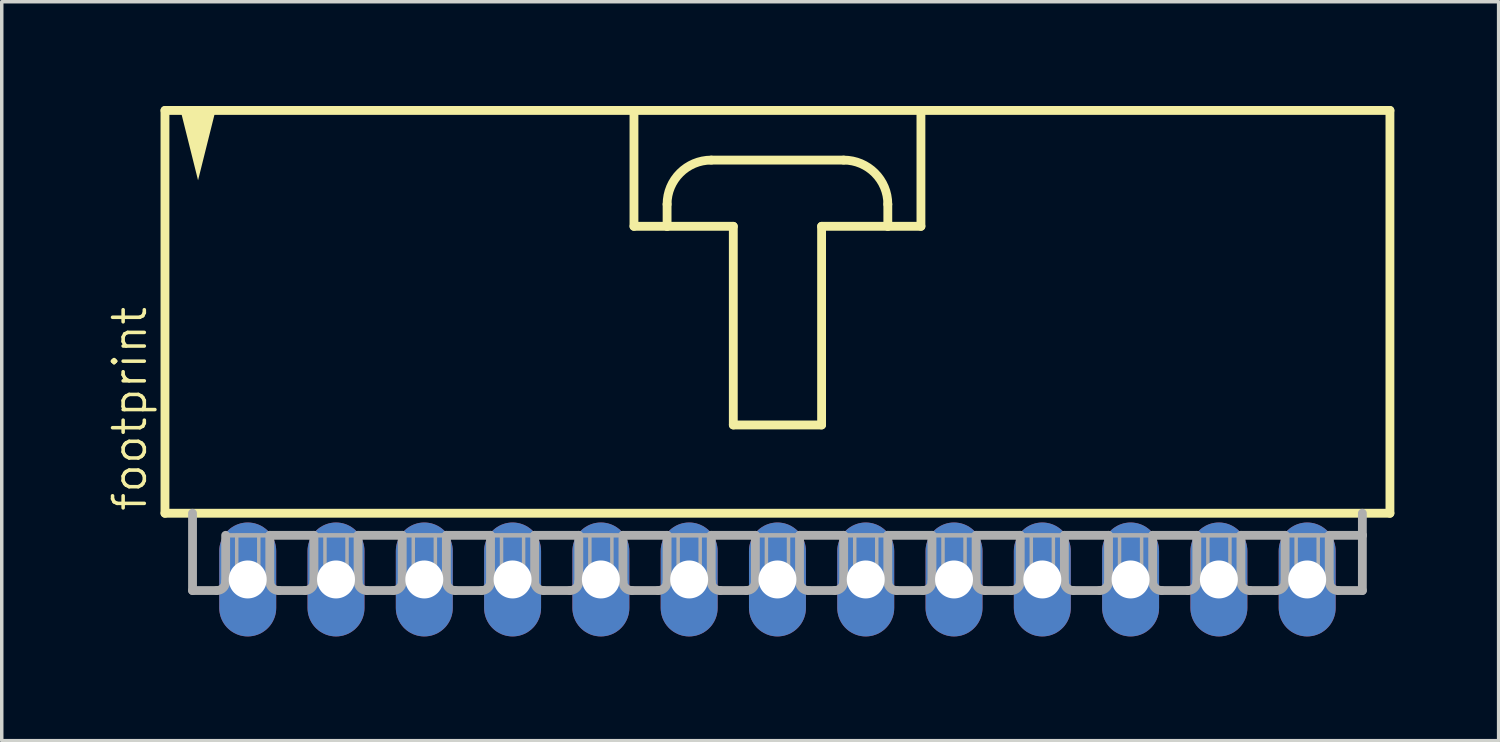
<source format=kicad_pcb>
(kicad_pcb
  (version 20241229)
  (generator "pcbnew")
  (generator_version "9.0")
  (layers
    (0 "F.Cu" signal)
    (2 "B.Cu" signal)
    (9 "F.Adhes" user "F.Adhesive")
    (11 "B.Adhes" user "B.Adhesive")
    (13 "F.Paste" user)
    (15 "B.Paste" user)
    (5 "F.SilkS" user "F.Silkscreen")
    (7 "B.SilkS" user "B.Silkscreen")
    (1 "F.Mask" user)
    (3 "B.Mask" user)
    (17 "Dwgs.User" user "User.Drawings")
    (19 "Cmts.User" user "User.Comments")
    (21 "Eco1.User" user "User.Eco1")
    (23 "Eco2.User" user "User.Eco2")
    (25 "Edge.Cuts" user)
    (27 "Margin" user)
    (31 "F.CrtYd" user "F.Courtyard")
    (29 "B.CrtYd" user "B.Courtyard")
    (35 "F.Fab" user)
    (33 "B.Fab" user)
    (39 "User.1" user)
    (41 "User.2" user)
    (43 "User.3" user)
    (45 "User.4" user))
  (footprint "footprint"
    (layer "F.Cu")
    (at 19.317 6.001)
    (property "Reference" "footprint" (at -18.098 5.715 90) (layer "F.SilkS") (effects (font (size 0.914 0.914) (thickness 0.102)) (justify left bottom)))
    (fp_line (start -17.621 -5.874) (end -17.621 5.715) (stroke (width 0.254) (type solid)) (layer "F.SilkS"))
    (fp_line (start -17.621 5.715) (end 17.621 5.715) (stroke (width 0.254) (type solid)) (layer "F.SilkS"))
    (fp_line (start -4.128 -5.874) (end -4.128 -2.54) (stroke (width 0.254) (type solid)) (layer "F.SilkS"))
    (fp_line (start -4.128 -2.54) (end -3.175 -2.54) (stroke (width 0.254) (type solid)) (layer "F.SilkS"))
    (fp_line (start -3.175 -2.54) (end -3.175 -3.175) (stroke (width 0.254) (type solid)) (layer "F.SilkS"))
    (fp_line (start -3.175 -2.54) (end -1.27 -2.54) (stroke (width 0.254) (type solid)) (layer "F.SilkS"))
    (fp_line (start -1.905 -4.445) (end 1.905 -4.445) (stroke (width 0.254) (type solid)) (layer "F.SilkS"))
    (fp_line (start -1.27 -2.54) (end -1.27 3.175) (stroke (width 0.254) (type solid)) (layer "F.SilkS"))
    (fp_line (start -1.27 3.175) (end 1.27 3.175) (stroke (width 0.254) (type solid)) (layer "F.SilkS"))
    (fp_line (start 1.27 -2.54) (end 3.175 -2.54) (stroke (width 0.254) (type solid)) (layer "F.SilkS"))
    (fp_line (start 1.27 3.175) (end 1.27 -2.54) (stroke (width 0.254) (type solid)) (layer "F.SilkS"))
    (fp_line (start 3.175 -3.175) (end 3.175 -2.54) (stroke (width 0.254) (type solid)) (layer "F.SilkS"))
    (fp_line (start 3.175 -2.54) (end 4.128 -2.54) (stroke (width 0.254) (type solid)) (layer "F.SilkS"))
    (fp_line (start 4.128 -5.874) (end -17.621 -5.874) (stroke (width 0.254) (type solid)) (layer "F.SilkS"))
    (fp_line (start 4.128 -2.54) (end 4.128 -5.874) (stroke (width 0.254) (type solid)) (layer "F.SilkS"))
    (fp_line (start 17.621 -5.874) (end 4.128 -5.874) (stroke (width 0.254) (type solid)) (layer "F.SilkS"))
    (fp_line (start 17.621 5.715) (end 17.621 -5.874) (stroke (width 0.254) (type solid)) (layer "F.SilkS"))
    (fp_arc (start -3.175 -3.175) (mid -2.803026 -4.073026) (end -1.905 -4.445) (stroke (width 0.254) (type solid)) (layer "F.SilkS"))
    (fp_arc (start 1.905 -4.445) (mid 2.803026 -4.073026) (end 3.175 -3.175) (stroke (width 0.254) (type solid)) (layer "F.SilkS"))
    (fp_poly (pts (xy -16.669 -3.864) (xy -17.178 -5.899) (xy -16.16 -5.899)) (stroke (width 0) (type solid)) (fill yes) (layer "F.SilkS"))
    (fp_line (start -16.828 5.715) (end -16.828 7.938) (stroke (width 0.254) (type solid)) (layer "F.Fab"))
    (fp_line (start -16.129 7.938) (end -16.828 7.938) (stroke (width 0.254) (type solid)) (layer "F.Fab"))
    (fp_line (start -15.875 6.35) (end -15.875 7.684) (stroke (width 0.254) (type solid)) (layer "F.Fab"))
    (fp_line (start -15.875 6.35) (end -14.605 6.35) (stroke (width 0.127) (type solid)) (layer "F.Fab"))
    (fp_line (start -14.605 6.35) (end -14.605 7.684) (stroke (width 0.254) (type solid)) (layer "F.Fab"))
    (fp_line (start -14.605 6.35) (end -13.335 6.35) (stroke (width 0.254) (type solid)) (layer "F.Fab"))
    (fp_line (start -13.589 7.938) (end -14.351 7.938) (stroke (width 0.254) (type solid)) (layer "F.Fab"))
    (fp_line (start -13.335 6.35) (end -13.335 7.684) (stroke (width 0.254) (type solid)) (layer "F.Fab"))
    (fp_line (start -13.335 6.35) (end -12.065 6.35) (stroke (width 0.127) (type solid)) (layer "F.Fab"))
    (fp_line (start -12.065 6.35) (end -12.065 7.684) (stroke (width 0.254) (type solid)) (layer "F.Fab"))
    (fp_line (start -12.065 6.35) (end -10.795 6.35) (stroke (width 0.254) (type solid)) (layer "F.Fab"))
    (fp_line (start -11.049 7.938) (end -11.811 7.938) (stroke (width 0.254) (type solid)) (layer "F.Fab"))
    (fp_line (start -10.795 6.35) (end -10.795 7.684) (stroke (width 0.254) (type solid)) (layer "F.Fab"))
    (fp_line (start -10.795 6.35) (end -9.525 6.35) (stroke (width 0.127) (type solid)) (layer "F.Fab"))
    (fp_line (start -9.525 6.35) (end -9.525 7.684) (stroke (width 0.254) (type solid)) (layer "F.Fab"))
    (fp_line (start -9.525 6.35) (end -8.255 6.35) (stroke (width 0.254) (type solid)) (layer "F.Fab"))
    (fp_line (start -8.509 7.938) (end -9.271 7.938) (stroke (width 0.254) (type solid)) (layer "F.Fab"))
    (fp_line (start -8.255 6.35) (end -8.255 7.684) (stroke (width 0.254) (type solid)) (layer "F.Fab"))
    (fp_line (start -8.255 6.35) (end -6.985 6.35) (stroke (width 0.127) (type solid)) (layer "F.Fab"))
    (fp_line (start -6.985 6.35) (end -6.985 7.684) (stroke (width 0.254) (type solid)) (layer "F.Fab"))
    (fp_line (start -6.985 6.35) (end -5.715 6.35) (stroke (width 0.254) (type solid)) (layer "F.Fab"))
    (fp_line (start -5.969 7.938) (end -6.731 7.938) (stroke (width 0.254) (type solid)) (layer "F.Fab"))
    (fp_line (start -5.715 6.35) (end -5.715 7.684) (stroke (width 0.254) (type solid)) (layer "F.Fab"))
    (fp_line (start -5.715 6.35) (end -4.445 6.35) (stroke (width 0.127) (type solid)) (layer "F.Fab"))
    (fp_line (start -4.445 6.35) (end -4.445 7.684) (stroke (width 0.254) (type solid)) (layer "F.Fab"))
    (fp_line (start -4.445 6.35) (end -3.175 6.35) (stroke (width 0.254) (type solid)) (layer "F.Fab"))
    (fp_line (start -3.429 7.938) (end -4.191 7.938) (stroke (width 0.254) (type solid)) (layer "F.Fab"))
    (fp_line (start -3.175 6.35) (end -3.175 7.684) (stroke (width 0.254) (type solid)) (layer "F.Fab"))
    (fp_line (start -3.175 6.35) (end -1.905 6.35) (stroke (width 0.127) (type solid)) (layer "F.Fab"))
    (fp_line (start -1.905 6.35) (end -1.905 7.684) (stroke (width 0.254) (type solid)) (layer "F.Fab"))
    (fp_line (start -1.905 6.35) (end -0.635 6.35) (stroke (width 0.254) (type solid)) (layer "F.Fab"))
    (fp_line (start -0.889 7.938) (end -1.651 7.938) (stroke (width 0.254) (type solid)) (layer "F.Fab"))
    (fp_line (start -0.635 6.35) (end -0.635 7.684) (stroke (width 0.254) (type solid)) (layer "F.Fab"))
    (fp_line (start -0.635 6.35) (end 0.635 6.35) (stroke (width 0.127) (type solid)) (layer "F.Fab"))
    (fp_line (start 0.635 6.35) (end 0.635 7.684) (stroke (width 0.254) (type solid)) (layer "F.Fab"))
    (fp_line (start 0.635 6.35) (end 1.905 6.35) (stroke (width 0.254) (type solid)) (layer "F.Fab"))
    (fp_line (start 1.651 7.938) (end 0.889 7.938) (stroke (width 0.254) (type solid)) (layer "F.Fab"))
    (fp_line (start 1.905 6.35) (end 1.905 7.684) (stroke (width 0.254) (type solid)) (layer "F.Fab"))
    (fp_line (start 1.905 6.35) (end 3.175 6.35) (stroke (width 0.127) (type solid)) (layer "F.Fab"))
    (fp_line (start 3.175 6.35) (end 3.175 7.684) (stroke (width 0.254) (type solid)) (layer "F.Fab"))
    (fp_line (start 3.175 6.35) (end 4.445 6.35) (stroke (width 0.254) (type solid)) (layer "F.Fab"))
    (fp_line (start 4.191 7.938) (end 3.429 7.938) (stroke (width 0.254) (type solid)) (layer "F.Fab"))
    (fp_line (start 4.445 6.35) (end 4.445 7.684) (stroke (width 0.254) (type solid)) (layer "F.Fab"))
    (fp_line (start 4.445 6.35) (end 5.715 6.35) (stroke (width 0.127) (type solid)) (layer "F.Fab"))
    (fp_line (start 5.715 6.35) (end 5.715 7.684) (stroke (width 0.254) (type solid)) (layer "F.Fab"))
    (fp_line (start 5.715 6.35) (end 6.985 6.35) (stroke (width 0.254) (type solid)) (layer "F.Fab"))
    (fp_line (start 6.731 7.938) (end 5.969 7.938) (stroke (width 0.254) (type solid)) (layer "F.Fab"))
    (fp_line (start 6.985 6.35) (end 6.985 7.684) (stroke (width 0.254) (type solid)) (layer "F.Fab"))
    (fp_line (start 6.985 6.35) (end 8.255 6.35) (stroke (width 0.127) (type solid)) (layer "F.Fab"))
    (fp_line (start 8.255 6.35) (end 8.255 7.684) (stroke (width 0.254) (type solid)) (layer "F.Fab"))
    (fp_line (start 8.255 6.35) (end 9.525 6.35) (stroke (width 0.254) (type solid)) (layer "F.Fab"))
    (fp_line (start 9.271 7.938) (end 8.509 7.938) (stroke (width 0.254) (type solid)) (layer "F.Fab"))
    (fp_line (start 9.525 6.35) (end 9.525 7.684) (stroke (width 0.254) (type solid)) (layer "F.Fab"))
    (fp_line (start 9.525 6.35) (end 10.795 6.35) (stroke (width 0.127) (type solid)) (layer "F.Fab"))
    (fp_line (start 10.795 6.35) (end 10.795 7.684) (stroke (width 0.254) (type solid)) (layer "F.Fab"))
    (fp_line (start 10.795 6.35) (end 12.065 6.35) (stroke (width 0.254) (type solid)) (layer "F.Fab"))
    (fp_line (start 11.811 7.938) (end 11.049 7.938) (stroke (width 0.254) (type solid)) (layer "F.Fab"))
    (fp_line (start 12.065 6.35) (end 12.065 7.684) (stroke (width 0.254) (type solid)) (layer "F.Fab"))
    (fp_line (start 12.065 6.35) (end 13.335 6.35) (stroke (width 0.127) (type solid)) (layer "F.Fab"))
    (fp_line (start 13.335 6.35) (end 13.335 7.684) (stroke (width 0.254) (type solid)) (layer "F.Fab"))
    (fp_line (start 13.335 6.35) (end 14.605 6.35) (stroke (width 0.254) (type solid)) (layer "F.Fab"))
    (fp_line (start 14.351 7.938) (end 13.589 7.938) (stroke (width 0.254) (type solid)) (layer "F.Fab"))
    (fp_line (start 14.605 6.35) (end 14.605 7.684) (stroke (width 0.254) (type solid)) (layer "F.Fab"))
    (fp_line (start 14.605 6.35) (end 15.875 6.35) (stroke (width 0.127) (type solid)) (layer "F.Fab"))
    (fp_line (start 15.875 6.35) (end 15.875 7.684) (stroke (width 0.254) (type solid)) (layer "F.Fab"))
    (fp_line (start 15.875 6.35) (end 16.828 6.35) (stroke (width 0.254) (type solid)) (layer "F.Fab"))
    (fp_line (start 16.129 7.938) (end 16.828 7.938) (stroke (width 0.254) (type solid)) (layer "F.Fab"))
    (fp_line (start 16.828 6.35) (end 16.828 5.715) (stroke (width 0.254) (type solid)) (layer "F.Fab"))
    (fp_line (start 16.828 7.938) (end 16.828 6.35) (stroke (width 0.254) (type solid)) (layer "F.Fab"))
    (fp_arc (start -15.875 7.6835) (mid -15.949395 7.863105) (end -16.129 7.9375) (stroke (width 0.254) (type solid)) (layer "F.Fab"))
    (fp_arc (start -14.351 7.9375) (mid -14.530605 7.863105) (end -14.605 7.6835) (stroke (width 0.254) (type solid)) (layer "F.Fab"))
    (fp_arc (start -13.335 7.6835) (mid -13.409395 7.863105) (end -13.589 7.9375) (stroke (width 0.254) (type solid)) (layer "F.Fab"))
    (fp_arc (start -11.811 7.9375) (mid -11.990605 7.863105) (end -12.065 7.6835) (stroke (width 0.254) (type solid)) (layer "F.Fab"))
    (fp_arc (start -10.795 7.6835) (mid -10.869395 7.863105) (end -11.049 7.9375) (stroke (width 0.254) (type solid)) (layer "F.Fab"))
    (fp_arc (start -9.271 7.9375) (mid -9.450605 7.863105) (end -9.525 7.6835) (stroke (width 0.254) (type solid)) (layer "F.Fab"))
    (fp_arc (start -8.255 7.6835) (mid -8.329395 7.863105) (end -8.509 7.9375) (stroke (width 0.254) (type solid)) (layer "F.Fab"))
    (fp_arc (start -6.731 7.9375) (mid -6.910605 7.863105) (end -6.985 7.6835) (stroke (width 0.254) (type solid)) (layer "F.Fab"))
    (fp_arc (start -5.715 7.6835) (mid -5.789395 7.863105) (end -5.969 7.9375) (stroke (width 0.254) (type solid)) (layer "F.Fab"))
    (fp_arc (start -4.191 7.9375) (mid -4.370605 7.863105) (end -4.445 7.6835) (stroke (width 0.254) (type solid)) (layer "F.Fab"))
    (fp_arc (start -3.175 7.6835) (mid -3.249395 7.863105) (end -3.429 7.9375) (stroke (width 0.254) (type solid)) (layer "F.Fab"))
    (fp_arc (start -1.651 7.9375) (mid -1.830605 7.863105) (end -1.905 7.6835) (stroke (width 0.254) (type solid)) (layer "F.Fab"))
    (fp_arc (start -0.635 7.6835) (mid -0.709395 7.863105) (end -0.889 7.9375) (stroke (width 0.254) (type solid)) (layer "F.Fab"))
    (fp_arc (start 0.889 7.9375) (mid 0.709395 7.863105) (end 0.635 7.6835) (stroke (width 0.254) (type solid)) (layer "F.Fab"))
    (fp_arc (start 1.905 7.6835) (mid 1.830605 7.863105) (end 1.651 7.9375) (stroke (width 0.254) (type solid)) (layer "F.Fab"))
    (fp_arc (start 3.429 7.9375) (mid 3.249395 7.863105) (end 3.175 7.6835) (stroke (width 0.254) (type solid)) (layer "F.Fab"))
    (fp_arc (start 4.445 7.6835) (mid 4.370605 7.863105) (end 4.191 7.9375) (stroke (width 0.254) (type solid)) (layer "F.Fab"))
    (fp_arc (start 5.969 7.9375) (mid 5.789395 7.863105) (end 5.715 7.6835) (stroke (width 0.254) (type solid)) (layer "F.Fab"))
    (fp_arc (start 6.985 7.6835) (mid 6.910605 7.863105) (end 6.731 7.9375) (stroke (width 0.254) (type solid)) (layer "F.Fab"))
    (fp_arc (start 8.509 7.9375) (mid 8.329395 7.863105) (end 8.255 7.6835) (stroke (width 0.254) (type solid)) (layer "F.Fab"))
    (fp_arc (start 9.525 7.6835) (mid 9.450605 7.863105) (end 9.271 7.9375) (stroke (width 0.254) (type solid)) (layer "F.Fab"))
    (fp_arc (start 11.049 7.9375) (mid 10.869395 7.863105) (end 10.795 7.6835) (stroke (width 0.254) (type solid)) (layer "F.Fab"))
    (fp_arc (start 12.065 7.6835) (mid 11.990605 7.863105) (end 11.811 7.9375) (stroke (width 0.254) (type solid)) (layer "F.Fab"))
    (fp_arc (start 13.589 7.9375) (mid 13.409395 7.863105) (end 13.335 7.6835) (stroke (width 0.254) (type solid)) (layer "F.Fab"))
    (fp_arc (start 14.605 7.6835) (mid 14.530605 7.863105) (end 14.351 7.9375) (stroke (width 0.254) (type solid)) (layer "F.Fab"))
    (fp_arc (start 16.129 7.9375) (mid 15.949395 7.863105) (end 15.875 7.6835) (stroke (width 0.254) (type solid)) (layer "F.Fab"))
    (fp_poly (pts (xy -15.557 7.62) (xy -14.922 7.62) (xy -14.922 6.35) (xy -15.557 6.35)) (stroke (width 0.1) (type solid)) (fill no) (layer "F.Fab"))
    (fp_poly (pts (xy -13.018 7.62) (xy -12.383 7.62) (xy -12.383 6.35) (xy -13.018 6.35)) (stroke (width 0.1) (type solid)) (fill no) (layer "F.Fab"))
    (fp_poly (pts (xy -10.477 7.62) (xy -9.842 7.62) (xy -9.842 6.35) (xy -10.477 6.35)) (stroke (width 0.1) (type solid)) (fill no) (layer "F.Fab"))
    (fp_poly (pts (xy -7.938 7.62) (xy -7.303 7.62) (xy -7.303 6.35) (xy -7.938 6.35)) (stroke (width 0.1) (type solid)) (fill no) (layer "F.Fab"))
    (fp_poly (pts (xy -5.397 7.62) (xy -4.763 7.62) (xy -4.763 6.35) (xy -5.397 6.35)) (stroke (width 0.1) (type solid)) (fill no) (layer "F.Fab"))
    (fp_poly (pts (xy -2.857 7.62) (xy -2.223 7.62) (xy -2.223 6.35) (xy -2.857 6.35)) (stroke (width 0.1) (type solid)) (fill no) (layer "F.Fab"))
    (fp_poly (pts (xy -0.318 7.62) (xy 0.318 7.62) (xy 0.318 6.35) (xy -0.318 6.35)) (stroke (width 0.1) (type solid)) (fill no) (layer "F.Fab"))
    (fp_poly (pts (xy 2.223 7.62) (xy 2.857 7.62) (xy 2.857 6.35) (xy 2.223 6.35)) (stroke (width 0.1) (type solid)) (fill no) (layer "F.Fab"))
    (fp_poly (pts (xy 4.763 7.62) (xy 5.397 7.62) (xy 5.397 6.35) (xy 4.763 6.35)) (stroke (width 0.1) (type solid)) (fill no) (layer "F.Fab"))
    (fp_poly (pts (xy 7.303 7.62) (xy 7.938 7.62) (xy 7.938 6.35) (xy 7.303 6.35)) (stroke (width 0.1) (type solid)) (fill no) (layer "F.Fab"))
    (fp_poly (pts (xy 9.842 7.62) (xy 10.477 7.62) (xy 10.477 6.35) (xy 9.842 6.35)) (stroke (width 0.1) (type solid)) (fill no) (layer "F.Fab"))
    (fp_poly (pts (xy 12.383 7.62) (xy 13.018 7.62) (xy 13.018 6.35) (xy 12.383 6.35)) (stroke (width 0.1) (type solid)) (fill no) (layer "F.Fab"))
    (fp_poly (pts (xy 14.922 7.62) (xy 15.557 7.62) (xy 15.557 6.35) (xy 14.922 6.35)) (stroke (width 0.1) (type solid)) (fill no) (layer "F.Fab"))
    (pad "1" thru_hole oval (at -15.24 7.62 90) (size 3.277 1.638) (drill 1.092) (layers "*.Cu" "*.Mask"))
    (pad "2" thru_hole oval (at -12.7 7.62 90) (size 3.277 1.638) (drill 1.092) (layers "*.Cu" "*.Mask"))
    (pad "3" thru_hole oval (at -10.16 7.62 90) (size 3.277 1.638) (drill 1.092) (layers "*.Cu" "*.Mask"))
    (pad "4" thru_hole oval (at -7.62 7.62 90) (size 3.277 1.638) (drill 1.092) (layers "*.Cu" "*.Mask"))
    (pad "5" thru_hole oval (at -5.08 7.62 90) (size 3.277 1.638) (drill 1.092) (layers "*.Cu" "*.Mask"))
    (pad "6" thru_hole oval (at -2.54 7.62 90) (size 3.277 1.638) (drill 1.092) (layers "*.Cu" "*.Mask"))
    (pad "7" thru_hole oval (at 0 7.62 90) (size 3.277 1.638) (drill 1.092) (layers "*.Cu" "*.Mask"))
    (pad "8" thru_hole oval (at 2.54 7.62 90) (size 3.277 1.638) (drill 1.092) (layers "*.Cu" "*.Mask"))
    (pad "9" thru_hole oval (at 5.08 7.62 90) (size 3.277 1.638) (drill 1.092) (layers "*.Cu" "*.Mask"))
    (pad "10" thru_hole oval (at 7.62 7.62 90) (size 3.277 1.638) (drill 1.092) (layers "*.Cu" "*.Mask"))
    (pad "11" thru_hole oval (at 10.16 7.62 90) (size 3.277 1.638) (drill 1.092) (layers "*.Cu" "*.Mask"))
    (pad "12" thru_hole oval (at 12.7 7.62 90) (size 3.277 1.638) (drill 1.092) (layers "*.Cu" "*.Mask"))
    (pad "13" thru_hole oval (at 15.24 7.62 90) (size 3.277 1.638) (drill 1.092) (layers "*.Cu" "*.Mask")))
  (gr_rect
    (start -3 -3)
    (end 40.065 18.259)
    (stroke (width 0.1) (type default))
    (fill no)
    (layer "Edge.Cuts")))
</source>
